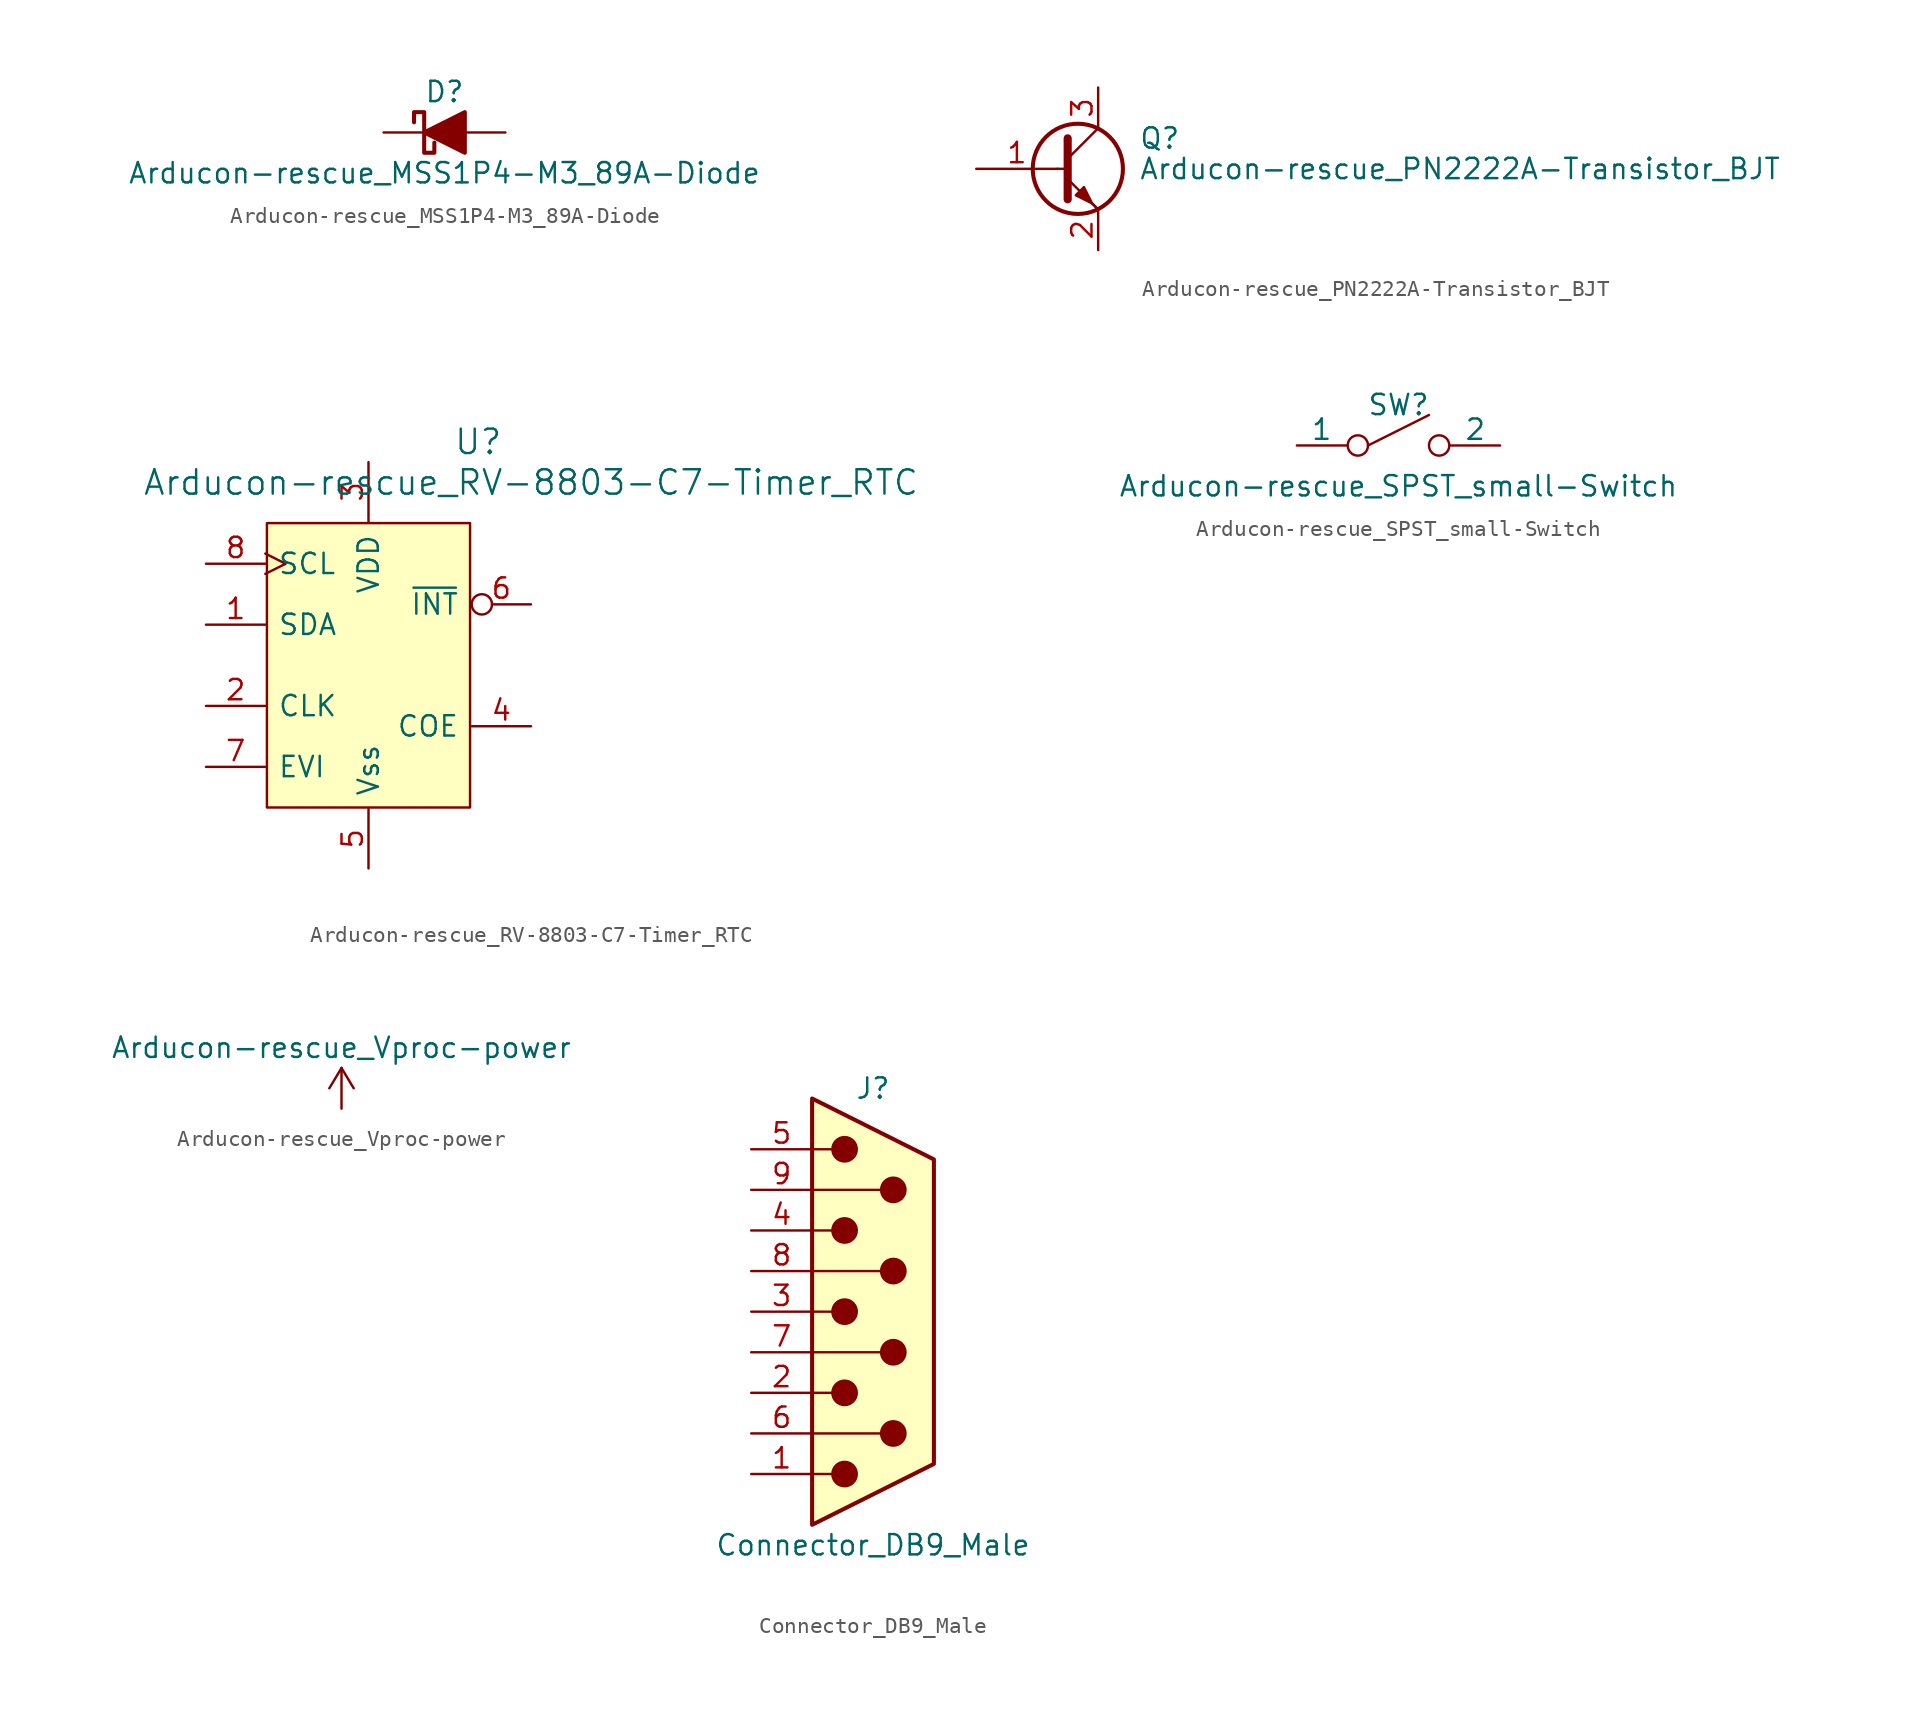
<source format=kicad_sym>
(kicad_symbol_lib
  (version 20211014)
  (generator kicad_symbol_editor)
  (symbol "Arducon-rescue_MSS1P4-M3_89A-Diode"
    (pin_numbers hide)
    (pin_names
      (offset 1.016) hide)
    (property "Reference" "D"
      (at 0 2.54 0)
      (effects (font (size 1.27 1.27))))
    (property "Value" "Arducon-rescue_MSS1P4-M3_89A-Diode"
      (at 0 -2.54 0)
      (effects (font (size 1.27 1.27))))
    (symbol "Arducon-rescue_MSS1P4-M3_89A-Diode_0_1"
      (polyline (pts (xy 1.27 0) (xy -1.27 0)) (stroke (width 0) (type default) (color 0 0 0 0)) (fill (type none)))
      (polyline (pts (xy 1.27 1.27) (xy 1.27 -1.27) (xy -1.27 0) (xy 1.27 1.27)) (stroke (width 0.254) (type default) (color 0 0 0 0)) (fill (type outline)))
      (polyline (pts (xy -1.905 0.635) (xy -1.905 1.27) (xy -1.27 1.27) (xy -1.27 -1.27) (xy -0.635 -1.27) (xy -0.635 -0.635)) (stroke (width 0.254) (type default) (color 0 0 0 0)) (fill (type none))))
    (symbol "Arducon-rescue_MSS1P4-M3_89A-Diode_1_1"
      (pin passive line (at -3.81 0 0) (length 2.54) (name "K" (effects (font (size 1.27 1.27)))) (number "1" (effects (font (size 1.27 1.27)))))
      (pin passive line (at 3.81 0 180) (length 2.54) (name "A" (effects (font (size 1.27 1.27)))) (number "2" (effects (font (size 1.27 1.27)))))))
  (symbol "Arducon-rescue_PN2222A-Transistor_BJT"
    (pin_names
      (offset 0) hide)
    (property "Reference" "Q"
      (at 5.08 1.905 0)
      (effects (font (size 1.27 1.27)) (justify left)))
    (property "Value" "Arducon-rescue_PN2222A-Transistor_BJT"
      (at 5.08 0 0)
      (effects (font (size 1.27 1.27)) (justify left)))
    (symbol "Arducon-rescue_PN2222A-Transistor_BJT_0_1"
      (polyline (pts (xy 0 0) (xy 0.635 0)) (stroke (width 0) (type default) (color 0 0 0 0)) (fill (type none)))
      (polyline (pts (xy 2.54 -2.54) (xy 0.635 -0.635)) (stroke (width 0) (type default) (color 0 0 0 0)) (fill (type none)))
      (polyline (pts (xy 2.54 2.54) (xy 0.635 0.635)) (stroke (width 0) (type default) (color 0 0 0 0)) (fill (type none)))
      (polyline (pts (xy 0.635 1.905) (xy 0.635 -1.905) (xy 0.635 -1.905)) (stroke (width 0.508) (type default) (color 0 0 0 0)) (fill (type none)))
      (polyline (pts (xy 2.413 -2.413) (xy 1.905 -1.905) (xy 1.905 -1.905)) (stroke (width 0) (type default) (color 0 0 0 0)) (fill (type none)))
      (polyline (pts (xy 1.143 -1.651) (xy 1.651 -1.143) (xy 2.159 -2.159) (xy 1.143 -1.651) (xy 1.143 -1.651)) (stroke (width 0) (type default) (color 0 0 0 0)) (fill (type outline)))
      (circle (center 1.27 0) (radius 2.819) (stroke (width 0.254) (type default) (color 0 0 0 0)) (fill (type none))))
    (symbol "Arducon-rescue_PN2222A-Transistor_BJT_1_1"
      (pin input line (at -5.08 0 0) (length 5.08) (name "B" (effects (font (size 1.27 1.27)))) (number "1" (effects (font (size 1.27 1.27)))))
      (pin passive line (at 2.54 -5.08 90) (length 2.54) (name "E" (effects (font (size 1.27 1.27)))) (number "2" (effects (font (size 1.27 1.27)))))
      (pin passive line (at 2.54 5.08 270) (length 2.54) (name "C" (effects (font (size 1.27 1.27)))) (number "3" (effects (font (size 1.27 1.27)))))))
  (symbol "Arducon-rescue_RV-8803-C7-Timer_RTC"
    (pin_names
      (offset 0.762))
    (property "Reference" "U"
      (at 6.858 13.97 0)
      (effects (font (size 1.524 1.524))))
    (property "Value" "Arducon-rescue_RV-8803-C7-Timer_RTC"
      (at 10.16 11.43 0)
      (effects (font (size 1.524 1.524))))
    (property "Footprint" ""
      (at 0 0 0)
      (effects (font (size 1.524 1.524))))
    (property "Datasheet" ""
      (at 0 0 0)
      (effects (font (size 1.524 1.524))))
    (symbol "Arducon-rescue_RV-8803-C7-Timer_RTC_0_1"
      (rectangle (start -6.35 8.89) (end 6.35 -8.89) (stroke (width 0) (type default) (color 0 0 0 0)) (fill (type background))))
    (symbol "Arducon-rescue_RV-8803-C7-Timer_RTC_1_1"
      (pin bidirectional line (at -10.16 2.54 0) (length 3.708) (name "SDA" (effects (font (size 1.27 1.27)))) (number "1" (effects (font (size 1.27 1.27)))))
      (pin output line (at -10.16 -2.54 0) (length 3.708) (name "CLK" (effects (font (size 1.27 1.27)))) (number "2" (effects (font (size 1.27 1.27)))))
      (pin power_in line (at 0 12.7 270) (length 3.708) (name "VDD" (effects (font (size 1.27 1.27)))) (number "3" (effects (font (size 1.27 1.27)))))
      (pin input line (at 10.16 -3.81 180) (length 3.708) (name "COE" (effects (font (size 1.27 1.27)))) (number "4" (effects (font (size 1.27 1.27)))))
      (pin power_in line (at 0 -12.7 90) (length 3.708) (name "Vss" (effects (font (size 1.27 1.27)))) (number "5" (effects (font (size 1.27 1.27)))))
      (pin output inverted (at 10.16 3.81 180) (length 3.708) (name "~{INT}" (effects (font (size 1.27 1.27)))) (number "6" (effects (font (size 1.27 1.27)))))
      (pin input line (at -10.16 -6.35 0) (length 3.708) (name "EVI" (effects (font (size 1.27 1.27)))) (number "7" (effects (font (size 1.27 1.27)))))
      (pin input clock (at -10.16 6.35 0) (length 3.708) (name "SCL" (effects (font (size 1.27 1.27)))) (number "8" (effects (font (size 1.27 1.27)))))))
  (symbol "Arducon-rescue_SPST_small-Switch"
    (pin_numbers hide)
    (pin_names
      (offset 0))
    (property "Reference" "SW"
      (at 0 2.54 0)
      (effects (font (size 1.27 1.27))))
    (property "Value" "Arducon-rescue_SPST_small-Switch"
      (at 0 -2.54 0)
      (effects (font (size 1.27 1.27))))
    (property "Footprint" ""
      (at 0 0 0)
      (effects (font (size 1.27 1.27))))
    (property "Datasheet" ""
      (at 0 0 0)
      (effects (font (size 1.27 1.27))))
    (symbol "Arducon-rescue_SPST_small-Switch_0_0"
      (polyline (pts (xy -1.905 0) (xy 1.905 1.905)) (stroke (width 0) (type default) (color 0 0 0 0)) (fill (type none))))
    (symbol "Arducon-rescue_SPST_small-Switch_0_1"
      (circle (center -2.54 0) (radius 0.635) (stroke (width 0) (type default) (color 0 0 0 0)) (fill (type none)))
      (circle (center 2.54 0) (radius 0.635) (stroke (width 0) (type default) (color 0 0 0 0)) (fill (type none))))
    (symbol "Arducon-rescue_SPST_small-Switch_1_1"
      (pin input line (at -6.35 0 0) (length 3.099) (name "1" (effects (font (size 1.27 1.27)))) (number "1" (effects (font (size 1.27 1.27)))))
      (pin input line (at 6.35 0 180) (length 3.099) (name "2" (effects (font (size 1.27 1.27)))) (number "2" (effects (font (size 1.27 1.27)))))))
  (symbol "Arducon-rescue_Vproc-power"
    (power)
    (pin_names
      (offset 0))
    (property "Reference" "#PWR"
      (at 0 -3.81 0)
      (effects (font (size 1.27 1.27)) hide))
    (property "Value" "Arducon-rescue_Vproc-power"
      (at 0 3.81 0)
      (effects (font (size 1.27 1.27))))
    (property "Footprint" ""
      (at 0 0 0)
      (effects (font (size 1.27 1.27))))
    (property "Datasheet" ""
      (at 0 0 0)
      (effects (font (size 1.27 1.27))))
    (symbol "Arducon-rescue_Vproc-power_0_1"
      (polyline (pts (xy -0.762 1.27) (xy 0 2.54)) (stroke (width 0) (type default) (color 0 0 0 0)) (fill (type none)))
      (polyline (pts (xy 0 0) (xy 0 2.54)) (stroke (width 0) (type default) (color 0 0 0 0)) (fill (type none)))
      (polyline (pts (xy 0 2.54) (xy 0.762 1.27)) (stroke (width 0) (type default) (color 0 0 0 0)) (fill (type none))))
    (symbol "Arducon-rescue_Vproc-power_1_1"
      (pin power_in line (at 0 0 90) (length 0) hide (name "Vproc" (effects (font (size 1.27 1.27)))) (number "1" (effects (font (size 1.27 1.27)))))))
  (symbol "Connector_DB9_Male"
    (pin_names
      (offset 1.016) hide)
    (property "Reference" "J"
      (at 0 13.97 0)
      (effects (font (size 1.27 1.27))))
    (property "Value" "Connector_DB9_Male"
      (at 0 -14.605 0)
      (effects (font (size 1.27 1.27))))
    (symbol "Connector_DB9_Male_0_1"
      (circle (center -1.778 -10.16) (radius 0.762) (stroke (width 0) (type default) (color 0 0 0 0)) (fill (type outline)))
      (circle (center -1.778 -5.08) (radius 0.762) (stroke (width 0) (type default) (color 0 0 0 0)) (fill (type outline)))
      (circle (center -1.778 0) (radius 0.762) (stroke (width 0) (type default) (color 0 0 0 0)) (fill (type outline)))
      (circle (center -1.778 5.08) (radius 0.762) (stroke (width 0) (type default) (color 0 0 0 0)) (fill (type outline)))
      (circle (center -1.778 10.16) (radius 0.762) (stroke (width 0) (type default) (color 0 0 0 0)) (fill (type outline)))
      (polyline (pts (xy -3.81 -10.16) (xy -2.54 -10.16)) (stroke (width 0) (type default) (color 0 0 0 0)) (fill (type none)))
      (polyline (pts (xy -3.81 -7.62) (xy 0.508 -7.62)) (stroke (width 0) (type default) (color 0 0 0 0)) (fill (type none)))
      (polyline (pts (xy -3.81 -5.08) (xy -2.54 -5.08)) (stroke (width 0) (type default) (color 0 0 0 0)) (fill (type none)))
      (polyline (pts (xy -3.81 -2.54) (xy 0.508 -2.54)) (stroke (width 0) (type default) (color 0 0 0 0)) (fill (type none)))
      (polyline (pts (xy -3.81 0) (xy -2.54 0)) (stroke (width 0) (type default) (color 0 0 0 0)) (fill (type none)))
      (polyline (pts (xy -3.81 2.54) (xy 0.508 2.54)) (stroke (width 0) (type default) (color 0 0 0 0)) (fill (type none)))
      (polyline (pts (xy -3.81 5.08) (xy -2.54 5.08)) (stroke (width 0) (type default) (color 0 0 0 0)) (fill (type none)))
      (polyline (pts (xy -3.81 7.62) (xy 0.508 7.62)) (stroke (width 0) (type default) (color 0 0 0 0)) (fill (type none)))
      (polyline (pts (xy -3.81 10.16) (xy -2.54 10.16)) (stroke (width 0) (type default) (color 0 0 0 0)) (fill (type none)))
      (polyline (pts (xy -3.81 -13.335) (xy -3.81 13.335) (xy 3.81 9.525) (xy 3.81 -9.525) (xy -3.81 -13.335)) (stroke (width 0.254) (type default) (color 0 0 0 0)) (fill (type background)))
      (circle (center 1.27 -7.62) (radius 0.762) (stroke (width 0) (type default) (color 0 0 0 0)) (fill (type outline)))
      (circle (center 1.27 -2.54) (radius 0.762) (stroke (width 0) (type default) (color 0 0 0 0)) (fill (type outline)))
      (circle (center 1.27 2.54) (radius 0.762) (stroke (width 0) (type default) (color 0 0 0 0)) (fill (type outline)))
      (circle (center 1.27 7.62) (radius 0.762) (stroke (width 0) (type default) (color 0 0 0 0)) (fill (type outline))))
    (symbol "Connector_DB9_Male_1_1"
      (pin passive line (at -7.62 -10.16 0) (length 3.81) (name "1" (effects (font (size 1.27 1.27)))) (number "1" (effects (font (size 1.27 1.27)))))
      (pin passive line (at -7.62 -5.08 0) (length 3.81) (name "2" (effects (font (size 1.27 1.27)))) (number "2" (effects (font (size 1.27 1.27)))))
      (pin passive line (at -7.62 0 0) (length 3.81) (name "3" (effects (font (size 1.27 1.27)))) (number "3" (effects (font (size 1.27 1.27)))))
      (pin passive line (at -7.62 5.08 0) (length 3.81) (name "4" (effects (font (size 1.27 1.27)))) (number "4" (effects (font (size 1.27 1.27)))))
      (pin passive line (at -7.62 10.16 0) (length 3.81) (name "5" (effects (font (size 1.27 1.27)))) (number "5" (effects (font (size 1.27 1.27)))))
      (pin passive line (at -7.62 -7.62 0) (length 3.81) (name "6" (effects (font (size 1.27 1.27)))) (number "6" (effects (font (size 1.27 1.27)))))
      (pin passive line (at -7.62 -2.54 0) (length 3.81) (name "7" (effects (font (size 1.27 1.27)))) (number "7" (effects (font (size 1.27 1.27)))))
      (pin passive line (at -7.62 2.54 0) (length 3.81) (name "8" (effects (font (size 1.27 1.27)))) (number "8" (effects (font (size 1.27 1.27)))))
      (pin passive line (at -7.62 7.62 0) (length 3.81) (name "9" (effects (font (size 1.27 1.27)))) (number "9" (effects (font (size 1.27 1.27))))))))
</source>
